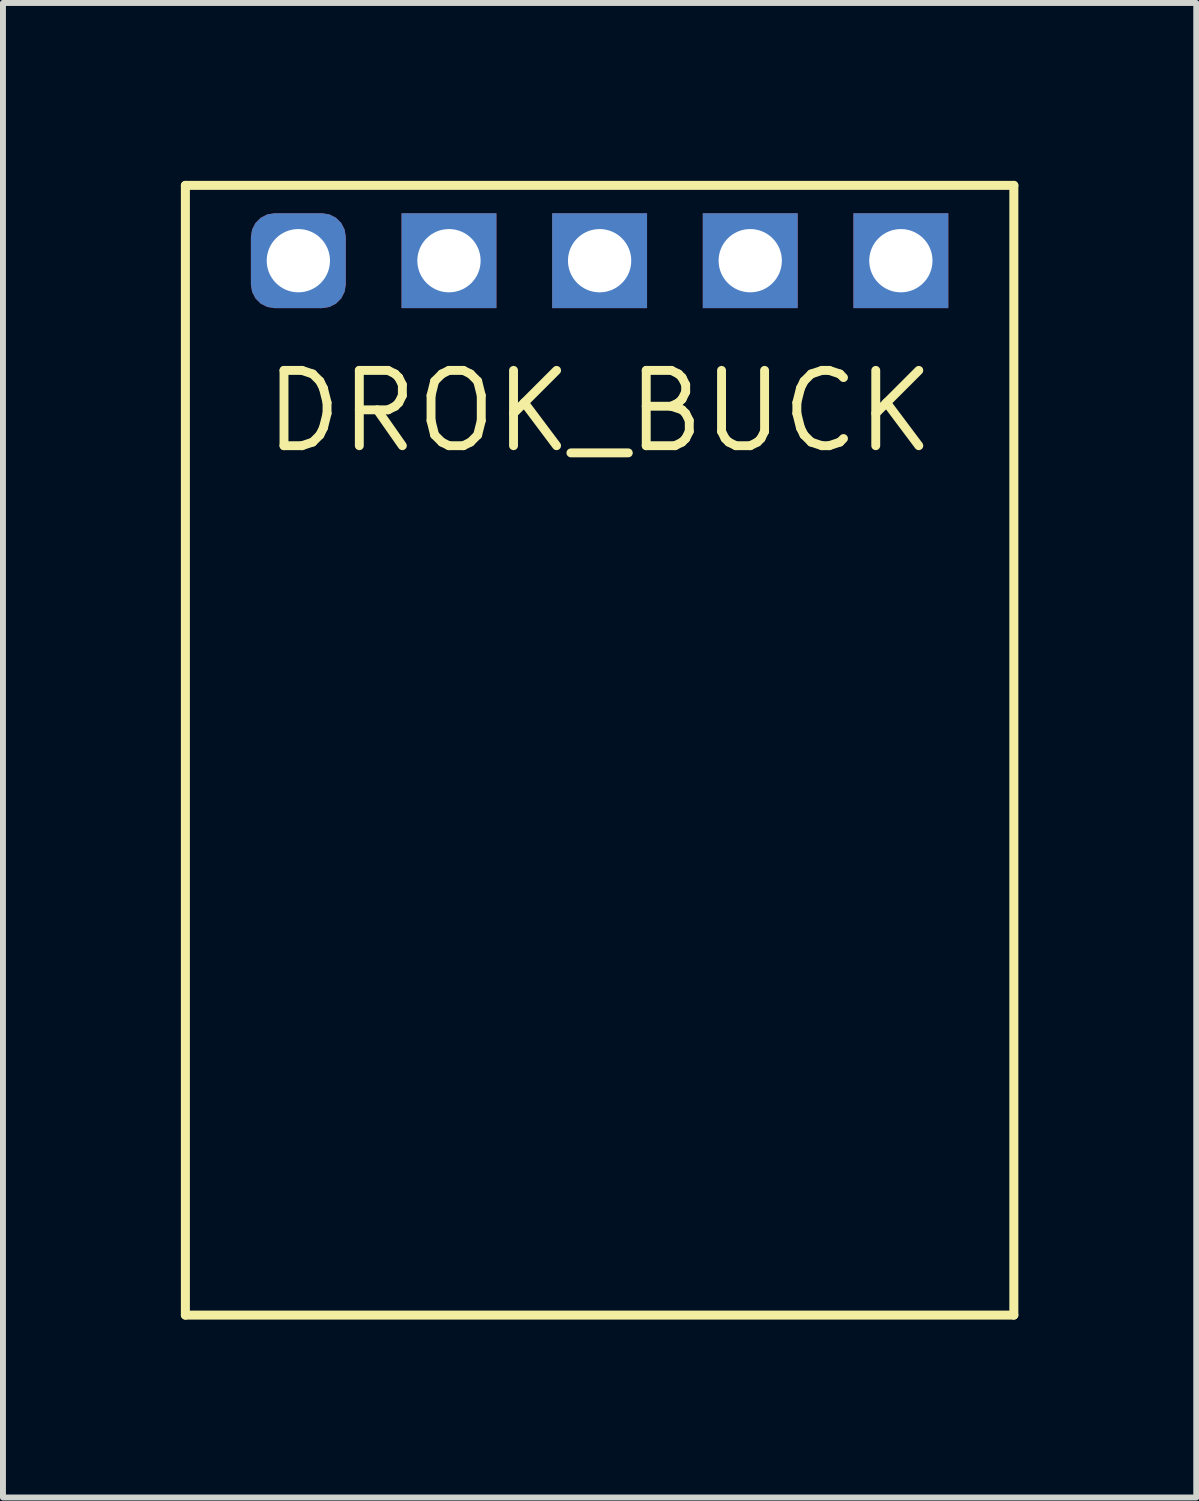
<source format=kicad_pcb>
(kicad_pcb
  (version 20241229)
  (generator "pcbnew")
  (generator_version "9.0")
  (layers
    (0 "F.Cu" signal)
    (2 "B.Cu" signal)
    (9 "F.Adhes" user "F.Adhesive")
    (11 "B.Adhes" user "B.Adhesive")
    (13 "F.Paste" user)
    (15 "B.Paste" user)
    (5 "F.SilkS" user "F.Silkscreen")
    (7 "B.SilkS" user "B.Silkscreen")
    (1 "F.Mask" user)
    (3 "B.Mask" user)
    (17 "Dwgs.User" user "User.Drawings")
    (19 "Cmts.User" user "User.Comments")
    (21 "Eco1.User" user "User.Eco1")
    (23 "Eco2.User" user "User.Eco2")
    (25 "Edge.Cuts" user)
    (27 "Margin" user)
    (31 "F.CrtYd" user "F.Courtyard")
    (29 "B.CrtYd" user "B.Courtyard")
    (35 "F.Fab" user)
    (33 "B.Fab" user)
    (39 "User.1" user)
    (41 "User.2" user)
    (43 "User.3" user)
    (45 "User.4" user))
  (footprint "DROK_BUCK"
    (layer "F.Cu")
    (at 7.061 3.886)
    (property "Reference" "DROK_BUCK" (at 0 0 0) (layer "F.SilkS") (effects (font (size 1.27 1.27) (thickness 0.15))))
    (attr through_hole)
    (fp_line (start -6.985 -3.81) (end 6.985 -3.81) (stroke (width 0.152) (type solid)) (layer "F.SilkS"))
    (fp_line (start -6.985 15.24) (end -6.985 -3.81) (stroke (width 0.152) (type solid)) (layer "F.SilkS"))
    (fp_line (start 6.985 -3.81) (end 6.985 15.24) (stroke (width 0.152) (type solid)) (layer "F.SilkS"))
    (fp_line (start 6.985 15.24) (end -6.985 15.24) (stroke (width 0.152) (type solid)) (layer "F.SilkS"))
    (pad "EN" thru_hole roundrect (at -5.08 -2.54) (size 1.6 1.6) (drill 1.067) (layers "*.Cu" "*.Mask") (roundrect_rratio 0.25))
    (pad "IN+" thru_hole rect (at -2.54 -2.54) (size 1.6 1.6) (drill 1.067) (layers "*.Cu" "*.Mask"))
    (pad "IN-" thru_hole rect (at 0 -2.54) (size 1.6 1.6) (drill 1.067) (layers "*.Cu" "*.Mask"))
    (pad "OUT+" thru_hole rect (at 5.08 -2.54) (size 1.6 1.6) (drill 1.067) (layers "*.Cu" "*.Mask"))
    (pad "OUT-" thru_hole rect (at 2.54 -2.54) (size 1.6 1.6) (drill 1.067) (layers "*.Cu" "*.Mask")))
  (gr_rect
    (start -3 -3)
    (end 17.122 22.202)
    (stroke (width 0.1) (type default))
    (fill no)
    (layer "Edge.Cuts")))
</source>
